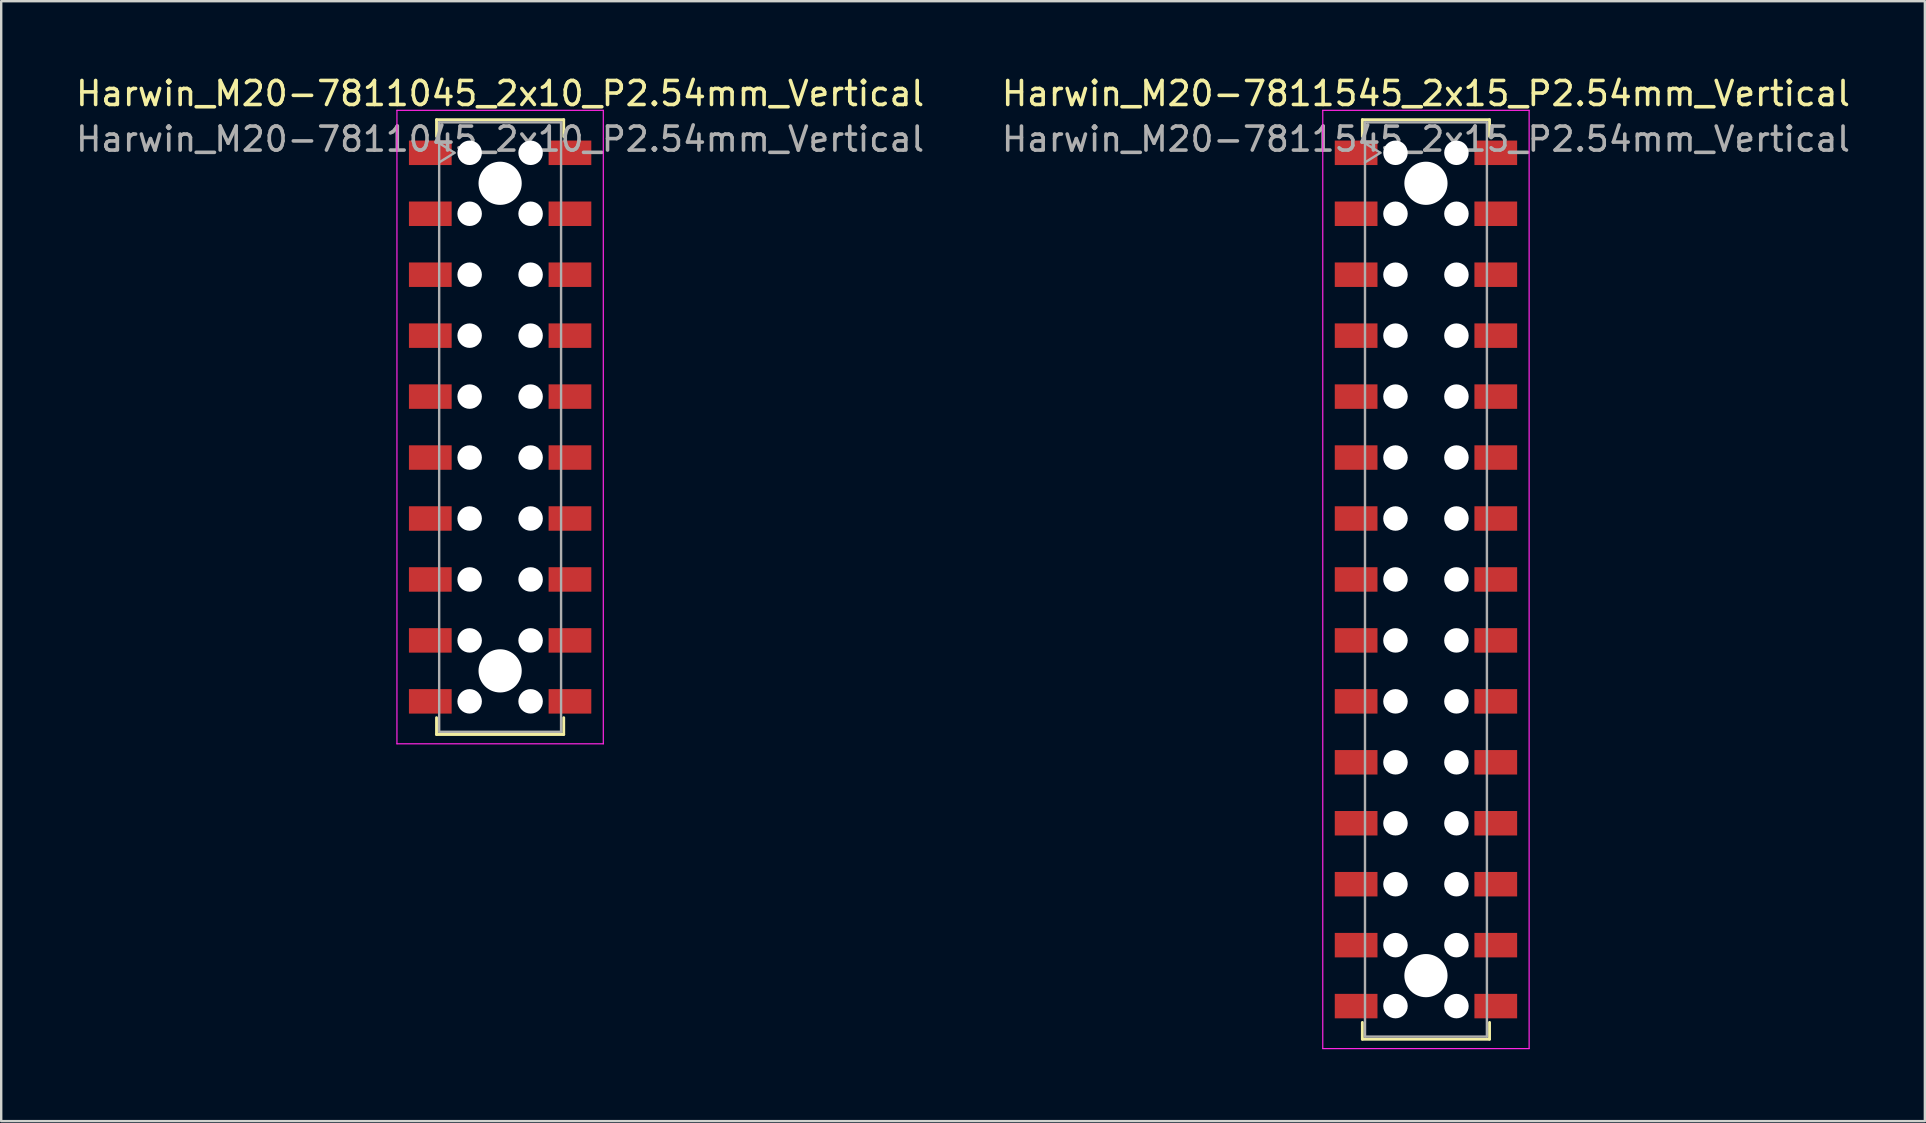
<source format=kicad_pcb>
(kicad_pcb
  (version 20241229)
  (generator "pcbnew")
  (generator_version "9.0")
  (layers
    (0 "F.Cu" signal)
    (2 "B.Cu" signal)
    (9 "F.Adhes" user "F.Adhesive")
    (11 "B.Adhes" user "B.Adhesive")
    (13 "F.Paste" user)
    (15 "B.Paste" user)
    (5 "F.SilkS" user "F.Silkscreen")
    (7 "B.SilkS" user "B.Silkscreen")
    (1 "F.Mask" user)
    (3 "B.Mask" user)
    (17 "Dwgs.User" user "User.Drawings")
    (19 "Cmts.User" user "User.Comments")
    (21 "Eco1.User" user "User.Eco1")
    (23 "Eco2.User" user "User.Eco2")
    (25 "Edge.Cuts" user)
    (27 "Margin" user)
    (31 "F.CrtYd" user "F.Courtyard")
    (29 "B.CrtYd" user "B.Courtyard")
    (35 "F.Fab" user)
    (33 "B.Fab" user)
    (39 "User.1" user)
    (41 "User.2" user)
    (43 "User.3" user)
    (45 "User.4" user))
  (footprint "Harwin_M20-7811545_2x15_P2.54mm_Vertical"
    (layer "F.Cu")
    (at 56.375 21.098)
    (property "Reference" "Harwin_M20-7811545_2x15_P2.54mm_Vertical" (at 0 -20.25 0) (layer "F.SilkS") (effects (font (size 1 1) (thickness 0.15))))
    (attr smd)
    (fp_line (start -2.65 -19.16) (end 2.65 -19.16) (stroke (width 0.12) (type solid)) (layer "F.SilkS"))
    (fp_line (start -2.65 -18.46) (end -2.65 -19.16) (stroke (width 0.12) (type solid)) (layer "F.SilkS"))
    (fp_line (start -2.65 18.46) (end -2.65 19.16) (stroke (width 0.12) (type solid)) (layer "F.SilkS"))
    (fp_line (start -2.65 19.16) (end 2.65 19.16) (stroke (width 0.12) (type solid)) (layer "F.SilkS"))
    (fp_line (start 2.65 -19.16) (end 2.65 -18.46) (stroke (width 0.12) (type solid)) (layer "F.SilkS"))
    (fp_line (start 2.65 19.16) (end 2.65 18.46) (stroke (width 0.12) (type solid)) (layer "F.SilkS"))
    (fp_line (start -4.3 -19.55) (end 4.3 -19.55) (stroke (width 0.05) (type solid)) (layer "F.CrtYd"))
    (fp_line (start -4.3 19.55) (end -4.3 -19.55) (stroke (width 0.05) (type solid)) (layer "F.CrtYd"))
    (fp_line (start 4.3 -19.55) (end 4.3 19.55) (stroke (width 0.05) (type solid)) (layer "F.CrtYd"))
    (fp_line (start 4.3 19.55) (end -4.3 19.55) (stroke (width 0.05) (type solid)) (layer "F.CrtYd"))
    (fp_line (start -2.54 -19.05) (end 2.54 -19.05) (stroke (width 0.1) (type solid)) (layer "F.Fab"))
    (fp_line (start -2.54 -18.18) (end -1.9 -17.78) (stroke (width 0.1) (type solid)) (layer "F.Fab"))
    (fp_line (start -2.54 19.05) (end -2.54 -19.05) (stroke (width 0.1) (type solid)) (layer "F.Fab"))
    (fp_line (start -1.9 -17.78) (end -2.54 -17.38) (stroke (width 0.1) (type solid)) (layer "F.Fab"))
    (fp_line (start 2.54 -19.05) (end 2.54 19.05) (stroke (width 0.1) (type solid)) (layer "F.Fab"))
    (fp_line (start 2.54 19.05) (end -2.54 19.05) (stroke (width 0.1) (type solid)) (layer "F.Fab"))
    (fp_text user "${REFERENCE}" (at 0 -18.35 0) (layer "F.Fab") (effects (font (size 1 1) (thickness 0.15))))
    (pad "" np_thru_hole circle (at -1.27 -17.78) (size 1.02 1.02) (drill 1.02) (layers "*.Cu" "*.Mask"))
    (pad "" np_thru_hole circle (at -1.27 -15.24) (size 1.02 1.02) (drill 1.02) (layers "*.Cu" "*.Mask"))
    (pad "" np_thru_hole circle (at -1.27 -12.7) (size 1.02 1.02) (drill 1.02) (layers "*.Cu" "*.Mask"))
    (pad "" np_thru_hole circle (at -1.27 -10.16) (size 1.02 1.02) (drill 1.02) (layers "*.Cu" "*.Mask"))
    (pad "" np_thru_hole circle (at -1.27 -7.62) (size 1.02 1.02) (drill 1.02) (layers "*.Cu" "*.Mask"))
    (pad "" np_thru_hole circle (at -1.27 -5.08) (size 1.02 1.02) (drill 1.02) (layers "*.Cu" "*.Mask"))
    (pad "" np_thru_hole circle (at -1.27 -2.54) (size 1.02 1.02) (drill 1.02) (layers "*.Cu" "*.Mask"))
    (pad "" np_thru_hole circle (at -1.27 0) (size 1.02 1.02) (drill 1.02) (layers "*.Cu" "*.Mask"))
    (pad "" np_thru_hole circle (at -1.27 2.54) (size 1.02 1.02) (drill 1.02) (layers "*.Cu" "*.Mask"))
    (pad "" np_thru_hole circle (at -1.27 5.08) (size 1.02 1.02) (drill 1.02) (layers "*.Cu" "*.Mask"))
    (pad "" np_thru_hole circle (at -1.27 7.62) (size 1.02 1.02) (drill 1.02) (layers "*.Cu" "*.Mask"))
    (pad "" np_thru_hole circle (at -1.27 10.16) (size 1.02 1.02) (drill 1.02) (layers "*.Cu" "*.Mask"))
    (pad "" np_thru_hole circle (at -1.27 12.7) (size 1.02 1.02) (drill 1.02) (layers "*.Cu" "*.Mask"))
    (pad "" np_thru_hole circle (at -1.27 15.24) (size 1.02 1.02) (drill 1.02) (layers "*.Cu" "*.Mask"))
    (pad "" np_thru_hole circle (at -1.27 17.78) (size 1.02 1.02) (drill 1.02) (layers "*.Cu" "*.Mask"))
    (pad "" np_thru_hole circle (at 0 -16.51) (size 1.8 1.8) (drill 1.8) (layers "*.Cu" "*.Mask"))
    (pad "" np_thru_hole circle (at 0 16.51) (size 1.8 1.8) (drill 1.8) (layers "*.Cu" "*.Mask"))
    (pad "" np_thru_hole circle (at 1.27 -17.78) (size 1.02 1.02) (drill 1.02) (layers "*.Cu" "*.Mask"))
    (pad "" np_thru_hole circle (at 1.27 -15.24) (size 1.02 1.02) (drill 1.02) (layers "*.Cu" "*.Mask"))
    (pad "" np_thru_hole circle (at 1.27 -12.7) (size 1.02 1.02) (drill 1.02) (layers "*.Cu" "*.Mask"))
    (pad "" np_thru_hole circle (at 1.27 -10.16) (size 1.02 1.02) (drill 1.02) (layers "*.Cu" "*.Mask"))
    (pad "" np_thru_hole circle (at 1.27 -7.62) (size 1.02 1.02) (drill 1.02) (layers "*.Cu" "*.Mask"))
    (pad "" np_thru_hole circle (at 1.27 -5.08) (size 1.02 1.02) (drill 1.02) (layers "*.Cu" "*.Mask"))
    (pad "" np_thru_hole circle (at 1.27 -2.54) (size 1.02 1.02) (drill 1.02) (layers "*.Cu" "*.Mask"))
    (pad "" np_thru_hole circle (at 1.27 0) (size 1.02 1.02) (drill 1.02) (layers "*.Cu" "*.Mask"))
    (pad "" np_thru_hole circle (at 1.27 2.54) (size 1.02 1.02) (drill 1.02) (layers "*.Cu" "*.Mask"))
    (pad "" np_thru_hole circle (at 1.27 5.08) (size 1.02 1.02) (drill 1.02) (layers "*.Cu" "*.Mask"))
    (pad "" np_thru_hole circle (at 1.27 7.62) (size 1.02 1.02) (drill 1.02) (layers "*.Cu" "*.Mask"))
    (pad "" np_thru_hole circle (at 1.27 10.16) (size 1.02 1.02) (drill 1.02) (layers "*.Cu" "*.Mask"))
    (pad "" np_thru_hole circle (at 1.27 12.7) (size 1.02 1.02) (drill 1.02) (layers "*.Cu" "*.Mask"))
    (pad "" np_thru_hole circle (at 1.27 15.24) (size 1.02 1.02) (drill 1.02) (layers "*.Cu" "*.Mask"))
    (pad "" np_thru_hole circle (at 1.27 17.78) (size 1.02 1.02) (drill 1.02) (layers "*.Cu" "*.Mask"))
    (pad "1" smd rect (at -2.91 -17.78) (size 1.78 1.02) (layers "F.Cu" "F.Mask" "F.Paste"))
    (pad "2" smd rect (at -2.91 -15.24) (size 1.78 1.02) (layers "F.Cu" "F.Mask" "F.Paste"))
    (pad "3" smd rect (at -2.91 -12.7) (size 1.78 1.02) (layers "F.Cu" "F.Mask" "F.Paste"))
    (pad "4" smd rect (at -2.91 -10.16) (size 1.78 1.02) (layers "F.Cu" "F.Mask" "F.Paste"))
    (pad "5" smd rect (at -2.91 -7.62) (size 1.78 1.02) (layers "F.Cu" "F.Mask" "F.Paste"))
    (pad "6" smd rect (at -2.91 -5.08) (size 1.78 1.02) (layers "F.Cu" "F.Mask" "F.Paste"))
    (pad "7" smd rect (at -2.91 -2.54) (size 1.78 1.02) (layers "F.Cu" "F.Mask" "F.Paste"))
    (pad "8" smd rect (at -2.91 0) (size 1.78 1.02) (layers "F.Cu" "F.Mask" "F.Paste"))
    (pad "9" smd rect (at -2.91 2.54) (size 1.78 1.02) (layers "F.Cu" "F.Mask" "F.Paste"))
    (pad "10" smd rect (at -2.91 5.08) (size 1.78 1.02) (layers "F.Cu" "F.Mask" "F.Paste"))
    (pad "11" smd rect (at -2.91 7.62) (size 1.78 1.02) (layers "F.Cu" "F.Mask" "F.Paste"))
    (pad "12" smd rect (at -2.91 10.16) (size 1.78 1.02) (layers "F.Cu" "F.Mask" "F.Paste"))
    (pad "13" smd rect (at -2.91 12.7) (size 1.78 1.02) (layers "F.Cu" "F.Mask" "F.Paste"))
    (pad "14" smd rect (at -2.91 15.24) (size 1.78 1.02) (layers "F.Cu" "F.Mask" "F.Paste"))
    (pad "15" smd rect (at -2.91 17.78) (size 1.78 1.02) (layers "F.Cu" "F.Mask" "F.Paste"))
    (pad "16" smd rect (at 2.91 -17.78) (size 1.78 1.02) (layers "F.Cu" "F.Mask" "F.Paste"))
    (pad "17" smd rect (at 2.91 -15.24) (size 1.78 1.02) (layers "F.Cu" "F.Mask" "F.Paste"))
    (pad "18" smd rect (at 2.91 -12.7) (size 1.78 1.02) (layers "F.Cu" "F.Mask" "F.Paste"))
    (pad "19" smd rect (at 2.91 -10.16) (size 1.78 1.02) (layers "F.Cu" "F.Mask" "F.Paste"))
    (pad "20" smd rect (at 2.91 -7.62) (size 1.78 1.02) (layers "F.Cu" "F.Mask" "F.Paste"))
    (pad "21" smd rect (at 2.91 -5.08) (size 1.78 1.02) (layers "F.Cu" "F.Mask" "F.Paste"))
    (pad "22" smd rect (at 2.91 -2.54) (size 1.78 1.02) (layers "F.Cu" "F.Mask" "F.Paste"))
    (pad "23" smd rect (at 2.91 0) (size 1.78 1.02) (layers "F.Cu" "F.Mask" "F.Paste"))
    (pad "24" smd rect (at 2.91 2.54) (size 1.78 1.02) (layers "F.Cu" "F.Mask" "F.Paste"))
    (pad "25" smd rect (at 2.91 5.08) (size 1.78 1.02) (layers "F.Cu" "F.Mask" "F.Paste"))
    (pad "26" smd rect (at 2.91 7.62) (size 1.78 1.02) (layers "F.Cu" "F.Mask" "F.Paste"))
    (pad "27" smd rect (at 2.91 10.16) (size 1.78 1.02) (layers "F.Cu" "F.Mask" "F.Paste"))
    (pad "28" smd rect (at 2.91 12.7) (size 1.78 1.02) (layers "F.Cu" "F.Mask" "F.Paste"))
    (pad "29" smd rect (at 2.91 15.24) (size 1.78 1.02) (layers "F.Cu" "F.Mask" "F.Paste"))
    (pad "30" smd rect (at 2.91 17.78) (size 1.78 1.02) (layers "F.Cu" "F.Mask" "F.Paste")))
  (footprint "Harwin_M20-7811045_2x10_P2.54mm_Vertical"
    (layer "F.Cu")
    (at 17.792 14.748)
    (property "Reference" "Harwin_M20-7811045_2x10_P2.54mm_Vertical" (at 0 -13.9 0) (layer "F.SilkS") (effects (font (size 1 1) (thickness 0.15))))
    (attr smd)
    (fp_line (start -2.65 -12.81) (end 2.65 -12.81) (stroke (width 0.12) (type solid)) (layer "F.SilkS"))
    (fp_line (start -2.65 -12.11) (end -2.65 -12.81) (stroke (width 0.12) (type solid)) (layer "F.SilkS"))
    (fp_line (start -2.65 12.11) (end -2.65 12.81) (stroke (width 0.12) (type solid)) (layer "F.SilkS"))
    (fp_line (start -2.65 12.81) (end 2.65 12.81) (stroke (width 0.12) (type solid)) (layer "F.SilkS"))
    (fp_line (start 2.65 -12.81) (end 2.65 -12.11) (stroke (width 0.12) (type solid)) (layer "F.SilkS"))
    (fp_line (start 2.65 12.81) (end 2.65 12.11) (stroke (width 0.12) (type solid)) (layer "F.SilkS"))
    (fp_line (start -4.3 -13.2) (end 4.3 -13.2) (stroke (width 0.05) (type solid)) (layer "F.CrtYd"))
    (fp_line (start -4.3 13.2) (end -4.3 -13.2) (stroke (width 0.05) (type solid)) (layer "F.CrtYd"))
    (fp_line (start 4.3 -13.2) (end 4.3 13.2) (stroke (width 0.05) (type solid)) (layer "F.CrtYd"))
    (fp_line (start 4.3 13.2) (end -4.3 13.2) (stroke (width 0.05) (type solid)) (layer "F.CrtYd"))
    (fp_line (start -2.54 -12.7) (end 2.54 -12.7) (stroke (width 0.1) (type solid)) (layer "F.Fab"))
    (fp_line (start -2.54 -11.83) (end -1.9 -11.43) (stroke (width 0.1) (type solid)) (layer "F.Fab"))
    (fp_line (start -2.54 12.7) (end -2.54 -12.7) (stroke (width 0.1) (type solid)) (layer "F.Fab"))
    (fp_line (start -1.9 -11.43) (end -2.54 -11.03) (stroke (width 0.1) (type solid)) (layer "F.Fab"))
    (fp_line (start 2.54 -12.7) (end 2.54 12.7) (stroke (width 0.1) (type solid)) (layer "F.Fab"))
    (fp_line (start 2.54 12.7) (end -2.54 12.7) (stroke (width 0.1) (type solid)) (layer "F.Fab"))
    (fp_text user "${REFERENCE}" (at 0 -12 0) (layer "F.Fab") (effects (font (size 1 1) (thickness 0.15))))
    (pad "" np_thru_hole circle (at -1.27 -11.43) (size 1.02 1.02) (drill 1.02) (layers "*.Cu" "*.Mask"))
    (pad "" np_thru_hole circle (at -1.27 -8.89) (size 1.02 1.02) (drill 1.02) (layers "*.Cu" "*.Mask"))
    (pad "" np_thru_hole circle (at -1.27 -6.35) (size 1.02 1.02) (drill 1.02) (layers "*.Cu" "*.Mask"))
    (pad "" np_thru_hole circle (at -1.27 -3.81) (size 1.02 1.02) (drill 1.02) (layers "*.Cu" "*.Mask"))
    (pad "" np_thru_hole circle (at -1.27 -1.27) (size 1.02 1.02) (drill 1.02) (layers "*.Cu" "*.Mask"))
    (pad "" np_thru_hole circle (at -1.27 1.27) (size 1.02 1.02) (drill 1.02) (layers "*.Cu" "*.Mask"))
    (pad "" np_thru_hole circle (at -1.27 3.81) (size 1.02 1.02) (drill 1.02) (layers "*.Cu" "*.Mask"))
    (pad "" np_thru_hole circle (at -1.27 6.35) (size 1.02 1.02) (drill 1.02) (layers "*.Cu" "*.Mask"))
    (pad "" np_thru_hole circle (at -1.27 8.89) (size 1.02 1.02) (drill 1.02) (layers "*.Cu" "*.Mask"))
    (pad "" np_thru_hole circle (at -1.27 11.43) (size 1.02 1.02) (drill 1.02) (layers "*.Cu" "*.Mask"))
    (pad "" np_thru_hole circle (at 0 -10.16) (size 1.8 1.8) (drill 1.8) (layers "*.Cu" "*.Mask"))
    (pad "" np_thru_hole circle (at 0 10.16) (size 1.8 1.8) (drill 1.8) (layers "*.Cu" "*.Mask"))
    (pad "" np_thru_hole circle (at 1.27 -11.43) (size 1.02 1.02) (drill 1.02) (layers "*.Cu" "*.Mask"))
    (pad "" np_thru_hole circle (at 1.27 -8.89) (size 1.02 1.02) (drill 1.02) (layers "*.Cu" "*.Mask"))
    (pad "" np_thru_hole circle (at 1.27 -6.35) (size 1.02 1.02) (drill 1.02) (layers "*.Cu" "*.Mask"))
    (pad "" np_thru_hole circle (at 1.27 -3.81) (size 1.02 1.02) (drill 1.02) (layers "*.Cu" "*.Mask"))
    (pad "" np_thru_hole circle (at 1.27 -1.27) (size 1.02 1.02) (drill 1.02) (layers "*.Cu" "*.Mask"))
    (pad "" np_thru_hole circle (at 1.27 1.27) (size 1.02 1.02) (drill 1.02) (layers "*.Cu" "*.Mask"))
    (pad "" np_thru_hole circle (at 1.27 3.81) (size 1.02 1.02) (drill 1.02) (layers "*.Cu" "*.Mask"))
    (pad "" np_thru_hole circle (at 1.27 6.35) (size 1.02 1.02) (drill 1.02) (layers "*.Cu" "*.Mask"))
    (pad "" np_thru_hole circle (at 1.27 8.89) (size 1.02 1.02) (drill 1.02) (layers "*.Cu" "*.Mask"))
    (pad "" np_thru_hole circle (at 1.27 11.43) (size 1.02 1.02) (drill 1.02) (layers "*.Cu" "*.Mask"))
    (pad "1" smd rect (at -2.91 -11.43) (size 1.78 1.02) (layers "F.Cu" "F.Mask" "F.Paste"))
    (pad "2" smd rect (at -2.91 -8.89) (size 1.78 1.02) (layers "F.Cu" "F.Mask" "F.Paste"))
    (pad "3" smd rect (at -2.91 -6.35) (size 1.78 1.02) (layers "F.Cu" "F.Mask" "F.Paste"))
    (pad "4" smd rect (at -2.91 -3.81) (size 1.78 1.02) (layers "F.Cu" "F.Mask" "F.Paste"))
    (pad "5" smd rect (at -2.91 -1.27) (size 1.78 1.02) (layers "F.Cu" "F.Mask" "F.Paste"))
    (pad "6" smd rect (at -2.91 1.27) (size 1.78 1.02) (layers "F.Cu" "F.Mask" "F.Paste"))
    (pad "7" smd rect (at -2.91 3.81) (size 1.78 1.02) (layers "F.Cu" "F.Mask" "F.Paste"))
    (pad "8" smd rect (at -2.91 6.35) (size 1.78 1.02) (layers "F.Cu" "F.Mask" "F.Paste"))
    (pad "9" smd rect (at -2.91 8.89) (size 1.78 1.02) (layers "F.Cu" "F.Mask" "F.Paste"))
    (pad "10" smd rect (at -2.91 11.43) (size 1.78 1.02) (layers "F.Cu" "F.Mask" "F.Paste"))
    (pad "11" smd rect (at 2.91 -11.43) (size 1.78 1.02) (layers "F.Cu" "F.Mask" "F.Paste"))
    (pad "12" smd rect (at 2.91 -8.89) (size 1.78 1.02) (layers "F.Cu" "F.Mask" "F.Paste"))
    (pad "13" smd rect (at 2.91 -6.35) (size 1.78 1.02) (layers "F.Cu" "F.Mask" "F.Paste"))
    (pad "14" smd rect (at 2.91 -3.81) (size 1.78 1.02) (layers "F.Cu" "F.Mask" "F.Paste"))
    (pad "15" smd rect (at 2.91 -1.27) (size 1.78 1.02) (layers "F.Cu" "F.Mask" "F.Paste"))
    (pad "16" smd rect (at 2.91 1.27) (size 1.78 1.02) (layers "F.Cu" "F.Mask" "F.Paste"))
    (pad "17" smd rect (at 2.91 3.81) (size 1.78 1.02) (layers "F.Cu" "F.Mask" "F.Paste"))
    (pad "18" smd rect (at 2.91 6.35) (size 1.78 1.02) (layers "F.Cu" "F.Mask" "F.Paste"))
    (pad "19" smd rect (at 2.91 8.89) (size 1.78 1.02) (layers "F.Cu" "F.Mask" "F.Paste"))
    (pad "20" smd rect (at 2.91 11.43) (size 1.78 1.02) (layers "F.Cu" "F.Mask" "F.Paste")))
  (gr_rect
    (start -3 -3)
    (end 77.167 43.673)
    (stroke (width 0.1) (type default))
    (fill no)
    (layer "Edge.Cuts")))
</source>
